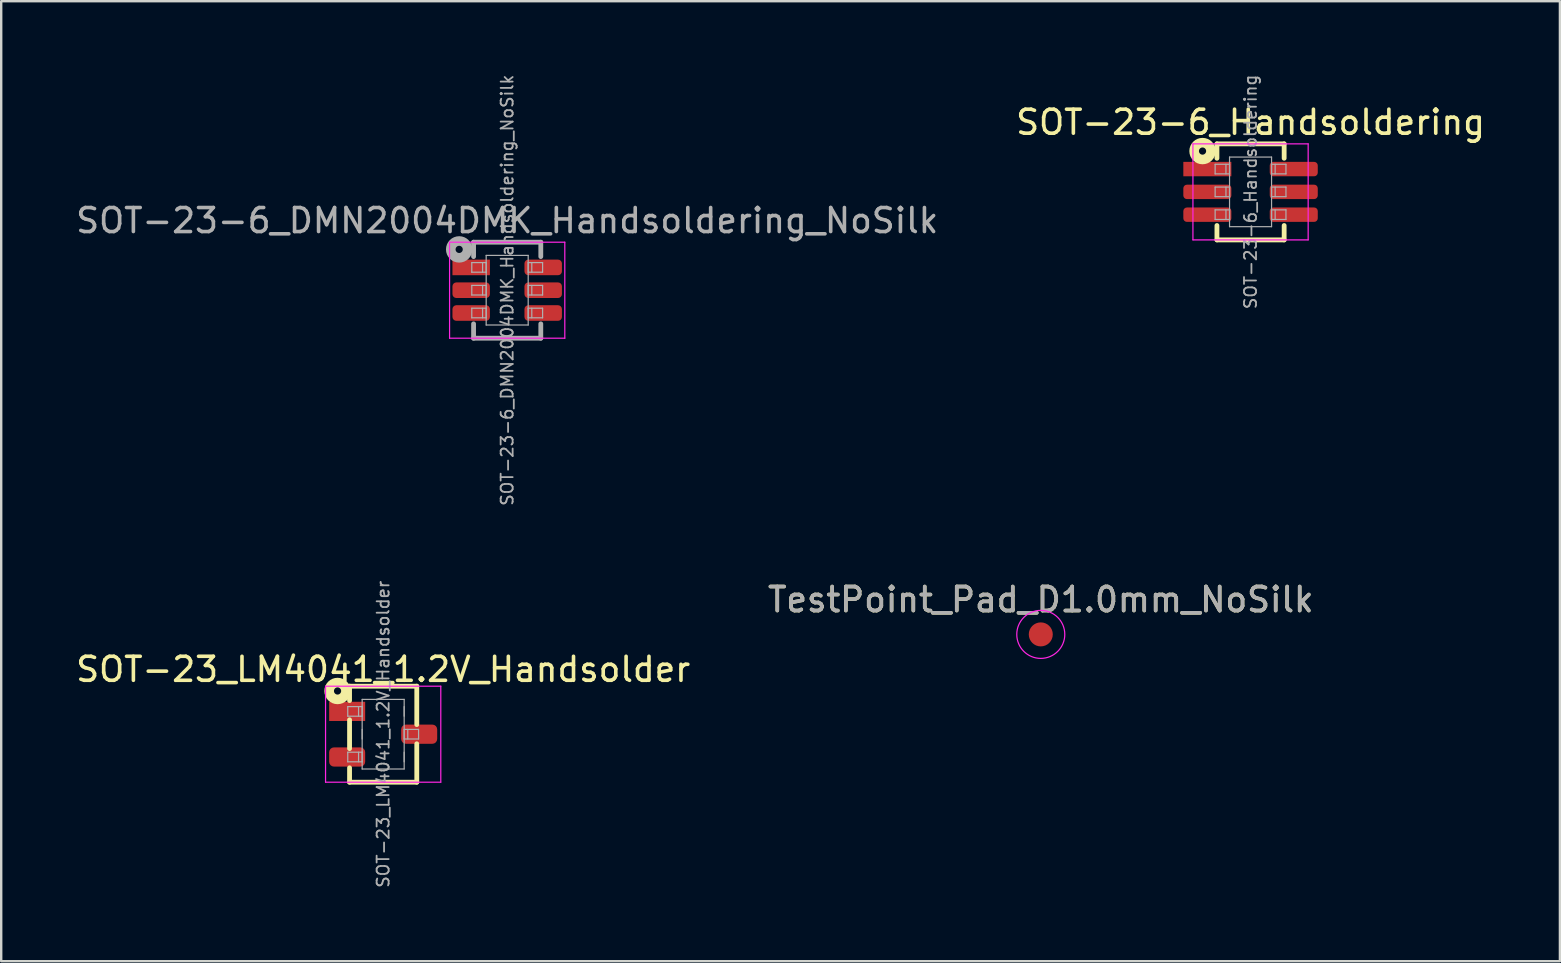
<source format=kicad_pcb>
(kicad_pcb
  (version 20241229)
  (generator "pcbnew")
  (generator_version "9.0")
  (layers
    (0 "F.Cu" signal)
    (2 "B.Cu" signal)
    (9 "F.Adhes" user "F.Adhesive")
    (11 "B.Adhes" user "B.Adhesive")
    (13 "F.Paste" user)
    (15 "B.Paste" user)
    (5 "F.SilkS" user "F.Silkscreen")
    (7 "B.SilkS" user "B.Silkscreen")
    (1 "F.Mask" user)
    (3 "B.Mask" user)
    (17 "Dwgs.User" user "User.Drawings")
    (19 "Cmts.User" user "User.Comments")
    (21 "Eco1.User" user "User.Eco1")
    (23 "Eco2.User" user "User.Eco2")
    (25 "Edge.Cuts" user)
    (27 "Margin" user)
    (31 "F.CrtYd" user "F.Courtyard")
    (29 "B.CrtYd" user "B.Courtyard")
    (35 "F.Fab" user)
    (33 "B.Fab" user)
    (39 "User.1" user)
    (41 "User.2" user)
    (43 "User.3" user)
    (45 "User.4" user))
  (footprint "TestPoint_Pad_D1.0mm_NoSilk"
    (layer "F.Cu")
    (at 40.304 23.376)
    (property "Reference" "TestPoint_Pad_D1.0mm_NoSilk" (at 0 -1.448 0) (layer "F.SilkS") (effects (font (size 1 1) (thickness 0.15))))
    (attr exclude_from_pos_files exclude_from_bom)
    (fp_circle (center 0 0) (end 1 0) (stroke (width 0.05) (type solid)) (fill no) (layer "F.CrtYd"))
    (fp_text user "${REFERENCE}" (at 0 -1.45 0) (layer "F.Fab") (effects (font (size 1 1) (thickness 0.15))))
    (pad "1" smd circle (at 0 0) (size 1 1) (layers "F.Cu" "F.Mask")))
  (footprint "SOT-23_LM4041_1.2V_Handsolder"
    (layer "F.Cu")
    (at 12.911 27.533)
    (property "Reference" "SOT-23_LM4041_1.2V_Handsolder" (at 0 -2.7 0) (layer "F.SilkS") (effects (font (size 1 1) (thickness 0.15))))
    (attr smd)
    (fp_line (start -1.4 -2) (end -1.4 -1.4) (stroke (width 0.2) (type solid)) (layer "F.SilkS"))
    (fp_line (start -1.4 0.6) (end -1.4 -0.6) (stroke (width 0.2) (type solid)) (layer "F.SilkS"))
    (fp_line (start -1.4 2) (end -1.4 1.4) (stroke (width 0.2) (type solid)) (layer "F.SilkS"))
    (fp_line (start 1.4 -2) (end -1.4 -2) (stroke (width 0.2) (type solid)) (layer "F.SilkS"))
    (fp_line (start 1.4 -2) (end 1.4 -0.4) (stroke (width 0.2) (type solid)) (layer "F.SilkS"))
    (fp_line (start 1.4 0.4) (end 1.4 2) (stroke (width 0.2) (type solid)) (layer "F.SilkS"))
    (fp_line (start 1.4 2) (end -1.4 2) (stroke (width 0.2) (type solid)) (layer "F.SilkS"))
    (fp_circle (center -1.9 -1.8) (end -1.75 -1.8) (stroke (width 0.4) (type solid)) (fill no) (layer "F.SilkS"))
    (fp_line (start -0.8 1) (end -0.5 1) (stroke (width 0.05) (type solid)) (layer "Eco1.User"))
    (fp_line (start -0.7 0.2) (end -0.4 -0.4) (stroke (width 0.05) (type solid)) (layer "Eco1.User"))
    (fp_line (start -0.6 -0.4) (end -0.7 -0.3) (stroke (width 0.05) (type solid)) (layer "Eco1.User"))
    (fp_line (start -0.5 1) (end -0.4 1) (stroke (width 0.05) (type solid)) (layer "Eco1.User"))
    (fp_line (start -0.4 -1) (end -0.8 -1) (stroke (width 0.05) (type solid)) (layer "Eco1.User"))
    (fp_line (start -0.4 -0.4) (end -0.4 -1) (stroke (width 0.05) (type solid)) (layer "Eco1.User"))
    (fp_line (start -0.4 -0.4) (end -0.1 0.2) (stroke (width 0.05) (type solid)) (layer "Eco1.User"))
    (fp_line (start -0.4 0.2) (end -0.7 0.2) (stroke (width 0.05) (type solid)) (layer "Eco1.User"))
    (fp_line (start -0.4 1) (end -0.4 0.2) (stroke (width 0.05) (type solid)) (layer "Eco1.User"))
    (fp_line (start -0.2 -0.4) (end -0.6 -0.4) (stroke (width 0.05) (type solid)) (layer "Eco1.User"))
    (fp_line (start -0.2 -0.4) (end -0.1 -0.5) (stroke (width 0.05) (type solid)) (layer "Eco1.User"))
    (fp_line (start -0.1 0.2) (end -0.4 0.2) (stroke (width 0.05) (type solid)) (layer "Eco1.User"))
    (fp_line (start -2.4 -2) (end 2.4 -2) (stroke (width 0.05) (type solid)) (layer "F.CrtYd"))
    (fp_line (start -2.4 2) (end -2.4 -2) (stroke (width 0.05) (type solid)) (layer "F.CrtYd"))
    (fp_line (start 2.4 -2) (end 2.4 2) (stroke (width 0.05) (type solid)) (layer "F.CrtYd"))
    (fp_line (start 2.4 2) (end -2.4 2) (stroke (width 0.05) (type solid)) (layer "F.CrtYd"))
    (fp_line (start -1.475 0.75) (end -0.875 0.75) (stroke (width 0.05) (type solid)) (layer "F.Fab"))
    (fp_line (start -1.475 1.15) (end -1.475 0.75) (stroke (width 0.05) (type solid)) (layer "F.Fab"))
    (fp_line (start -1.475 -1.15) (end -0.875 -1.15) (stroke (width 0.05) (type solid)) (layer "F.Fab"))
    (fp_line (start -1.475 -0.75) (end -1.475 -1.15) (stroke (width 0.05) (type solid)) (layer "F.Fab"))
    (fp_line (start -1.025 -1.15) (end -1.025 -0.75) (stroke (width 0.05) (type solid)) (layer "F.Fab"))
    (fp_line (start -1.025 0.75) (end -1.025 1.15) (stroke (width 0.05) (type solid)) (layer "F.Fab"))
    (fp_line (start -0.875 -1.45) (end -0.875 1.45) (stroke (width 0.05) (type solid)) (layer "F.Fab"))
    (fp_line (start -0.875 -1.15) (end -0.875 -0.75) (stroke (width 0.05) (type solid)) (layer "F.Fab"))
    (fp_line (start -0.875 -0.75) (end -1.475 -0.75) (stroke (width 0.05) (type solid)) (layer "F.Fab"))
    (fp_line (start -0.875 -0.2) (end -0.875 0.2) (stroke (width 0.05) (type solid)) (layer "F.Fab"))
    (fp_line (start -0.875 0.75) (end -0.875 1.15) (stroke (width 0.05) (type solid)) (layer "F.Fab"))
    (fp_line (start -0.875 1.15) (end -1.475 1.15) (stroke (width 0.05) (type solid)) (layer "F.Fab"))
    (fp_line (start -0.875 1.45) (end 0.875 1.45) (stroke (width 0.05) (type solid)) (layer "F.Fab"))
    (fp_line (start 0.875 -1.45) (end -0.875 -1.45) (stroke (width 0.05) (type solid)) (layer "F.Fab"))
    (fp_line (start 0.875 -1.15) (end 0.875 -0.75) (stroke (width 0.05) (type solid)) (layer "F.Fab"))
    (fp_line (start 0.875 -0.2) (end 0.875 0.2) (stroke (width 0.05) (type solid)) (layer "F.Fab"))
    (fp_line (start 0.875 0.2) (end 1.475 0.2) (stroke (width 0.05) (type solid)) (layer "F.Fab"))
    (fp_line (start 0.875 0.75) (end 0.875 1.15) (stroke (width 0.05) (type solid)) (layer "F.Fab"))
    (fp_line (start 0.875 1.45) (end 0.875 -1.45) (stroke (width 0.05) (type solid)) (layer "F.Fab"))
    (fp_line (start 1.025 -0.2) (end 1.025 0.2) (stroke (width 0.05) (type solid)) (layer "F.Fab"))
    (fp_line (start 1.475 -0.2) (end 0.875 -0.2) (stroke (width 0.05) (type solid)) (layer "F.Fab"))
    (fp_line (start 1.475 0.2) (end 1.475 -0.2) (stroke (width 0.05) (type solid)) (layer "F.Fab"))
    (fp_text user "${REFERENCE}" (at 0 0 90) (layer "F.Fab") (effects (font (size 0.5 0.5) (thickness 0.075))))
    (pad "1" smd rect (at -1.5 -0.95) (size 1.5 0.8) (layers "F.Cu" "F.Mask" "F.Paste"))
    (pad "2" smd roundrect (at -1.5 0.95) (size 1.5 0.8) (layers "F.Cu" "F.Mask" "F.Paste") (roundrect_rratio 0.25))
    (pad "3" smd roundrect (at 1.5 0) (size 1.5 0.8) (layers "F.Cu" "F.Mask" "F.Paste") (roundrect_rratio 0.25)))
  (footprint "SOT-23-6_Handsoldering"
    (layer "F.Cu")
    (at 49.042 4.943)
    (property "Reference" "SOT-23-6_Handsoldering" (at 0 -2.9 0) (layer "F.SilkS") (effects (font (size 1 1) (thickness 0.15))))
    (attr smd)
    (fp_line (start -1.4 -2) (end -1.4 -1.4) (stroke (width 0.2) (type solid)) (layer "F.SilkS"))
    (fp_line (start -1.4 2) (end -1.4 1.4) (stroke (width 0.2) (type solid)) (layer "F.SilkS"))
    (fp_line (start 1.4 -2) (end -1.4 -2) (stroke (width 0.2) (type solid)) (layer "F.SilkS"))
    (fp_line (start 1.4 -2) (end 1.4 -1.4) (stroke (width 0.2) (type solid)) (layer "F.SilkS"))
    (fp_line (start 1.4 1.4) (end 1.4 2) (stroke (width 0.2) (type solid)) (layer "F.SilkS"))
    (fp_line (start 1.4 2) (end -1.4 2) (stroke (width 0.2) (type solid)) (layer "F.SilkS"))
    (fp_circle (center -2 -1.7) (end -1.85 -1.7) (stroke (width 0.4) (type solid)) (fill no) (layer "F.SilkS"))
    (fp_line (start -2.4 -2) (end 2.4 -2) (stroke (width 0.05) (type solid)) (layer "F.CrtYd"))
    (fp_line (start -2.4 2) (end -2.4 -2) (stroke (width 0.05) (type solid)) (layer "F.CrtYd"))
    (fp_line (start 2.4 -2) (end 2.4 2) (stroke (width 0.05) (type solid)) (layer "F.CrtYd"))
    (fp_line (start 2.4 2) (end -2.4 2) (stroke (width 0.05) (type solid)) (layer "F.CrtYd"))
    (fp_line (start -1.475 -0.2) (end -0.875 -0.2) (stroke (width 0.05) (type solid)) (layer "F.Fab"))
    (fp_line (start -1.475 0.2) (end -1.475 -0.2) (stroke (width 0.05) (type solid)) (layer "F.Fab"))
    (fp_line (start -1.475 0.75) (end -0.875 0.75) (stroke (width 0.05) (type solid)) (layer "F.Fab"))
    (fp_line (start -1.475 1.15) (end -1.475 0.75) (stroke (width 0.05) (type solid)) (layer "F.Fab"))
    (fp_line (start -1.475 -1.15) (end -0.875 -1.15) (stroke (width 0.05) (type solid)) (layer "F.Fab"))
    (fp_line (start -1.475 -0.75) (end -1.475 -1.15) (stroke (width 0.05) (type solid)) (layer "F.Fab"))
    (fp_line (start -1.025 -1.15) (end -1.025 -0.75) (stroke (width 0.05) (type solid)) (layer "F.Fab"))
    (fp_line (start -1.025 -0.2) (end -1.025 0.2) (stroke (width 0.05) (type solid)) (layer "F.Fab"))
    (fp_line (start -1.025 0.75) (end -1.025 1.15) (stroke (width 0.05) (type solid)) (layer "F.Fab"))
    (fp_line (start -0.875 -1.45) (end -0.875 1.45) (stroke (width 0.05) (type solid)) (layer "F.Fab"))
    (fp_line (start -0.875 -1.15) (end -0.875 -0.75) (stroke (width 0.05) (type solid)) (layer "F.Fab"))
    (fp_line (start -0.875 -0.75) (end -1.475 -0.75) (stroke (width 0.05) (type solid)) (layer "F.Fab"))
    (fp_line (start -0.875 -0.2) (end -0.875 0.2) (stroke (width 0.05) (type solid)) (layer "F.Fab"))
    (fp_line (start -0.875 0.2) (end -1.475 0.2) (stroke (width 0.05) (type solid)) (layer "F.Fab"))
    (fp_line (start -0.875 0.75) (end -0.875 1.15) (stroke (width 0.05) (type solid)) (layer "F.Fab"))
    (fp_line (start -0.875 1.15) (end -1.475 1.15) (stroke (width 0.05) (type solid)) (layer "F.Fab"))
    (fp_line (start -0.875 1.45) (end 0.875 1.45) (stroke (width 0.05) (type solid)) (layer "F.Fab"))
    (fp_line (start 0.875 -1.45) (end -0.875 -1.45) (stroke (width 0.05) (type solid)) (layer "F.Fab"))
    (fp_line (start 0.875 -1.15) (end 0.875 -0.75) (stroke (width 0.05) (type solid)) (layer "F.Fab"))
    (fp_line (start 0.875 -0.75) (end 1.475 -0.75) (stroke (width 0.05) (type solid)) (layer "F.Fab"))
    (fp_line (start 0.875 -0.2) (end 0.875 0.2) (stroke (width 0.05) (type solid)) (layer "F.Fab"))
    (fp_line (start 0.875 0.2) (end 1.475 0.2) (stroke (width 0.05) (type solid)) (layer "F.Fab"))
    (fp_line (start 0.875 0.75) (end 0.875 1.15) (stroke (width 0.05) (type solid)) (layer "F.Fab"))
    (fp_line (start 0.875 1.15) (end 1.475 1.15) (stroke (width 0.05) (type solid)) (layer "F.Fab"))
    (fp_line (start 0.875 1.45) (end 0.875 -1.45) (stroke (width 0.05) (type solid)) (layer "F.Fab"))
    (fp_line (start 1.025 -1.15) (end 1.025 -0.75) (stroke (width 0.05) (type solid)) (layer "F.Fab"))
    (fp_line (start 1.025 -0.2) (end 1.025 0.2) (stroke (width 0.05) (type solid)) (layer "F.Fab"))
    (fp_line (start 1.025 0.75) (end 1.025 1.15) (stroke (width 0.05) (type solid)) (layer "F.Fab"))
    (fp_line (start 1.475 -1.15) (end 0.875 -1.15) (stroke (width 0.05) (type solid)) (layer "F.Fab"))
    (fp_line (start 1.475 -0.75) (end 1.475 -1.15) (stroke (width 0.05) (type solid)) (layer "F.Fab"))
    (fp_line (start 1.475 -0.2) (end 0.875 -0.2) (stroke (width 0.05) (type solid)) (layer "F.Fab"))
    (fp_line (start 1.475 0.2) (end 1.475 -0.2) (stroke (width 0.05) (type solid)) (layer "F.Fab"))
    (fp_line (start 1.475 0.75) (end 0.875 0.75) (stroke (width 0.05) (type solid)) (layer "F.Fab"))
    (fp_line (start 1.475 1.15) (end 1.475 0.75) (stroke (width 0.05) (type solid)) (layer "F.Fab"))
    (fp_text user "${REFERENCE}" (at 0 0 90) (layer "F.Fab") (effects (font (size 0.5 0.5) (thickness 0.075))))
    (pad "1" smd rect (at -1.8 -0.95) (size 2 0.6) (layers "F.Cu" "F.Mask" "F.Paste"))
    (pad "2" smd roundrect (at -1.8 0) (size 2 0.6) (layers "F.Cu" "F.Mask" "F.Paste") (roundrect_rratio 0.25))
    (pad "3" smd roundrect (at -1.8 0.95) (size 2 0.6) (layers "F.Cu" "F.Mask" "F.Paste") (roundrect_rratio 0.25))
    (pad "4" smd roundrect (at 1.8 0.95) (size 2 0.6) (layers "F.Cu" "F.Mask" "F.Paste") (roundrect_rratio 0.25))
    (pad "5" smd roundrect (at 1.8 0) (size 2 0.6) (layers "F.Cu" "F.Mask" "F.Paste") (roundrect_rratio 0.25))
    (pad "6" smd roundrect (at 1.8 -0.95) (size 2 0.6) (layers "F.Cu" "F.Mask" "F.Paste") (roundrect_rratio 0.25)))
  (footprint "SOT-23-6_DMN2004DMK_Handsoldering_NoSilk"
    (layer "F.Cu")
    (at 18.077 9.039)
    (property "Reference" "SOT-23-6_DMN2004DMK_Handsoldering_NoSilk" (at 0 -2.9 0) (layer "F.Fab") (effects (font (size 1 1) (thickness 0.15))))
    (attr smd)
    (fp_line (start -0.8 -0.95) (end -0.35 -0.95) (stroke (width 0.05) (type solid)) (layer "Eco1.User"))
    (fp_line (start -0.4 -0.75) (end -0.3 -0.75) (stroke (width 0.05) (type solid)) (layer "Eco1.User"))
    (fp_line (start -0.35 -0.95) (end -0.35 -0.65) (stroke (width 0.05) (type solid)) (layer "Eco1.User"))
    (fp_line (start -0.35 -0.85) (end -0.4 -0.75) (stroke (width 0.05) (type solid)) (layer "Eco1.User"))
    (fp_line (start -0.35 -0.65) (end 0.3 -0.65) (stroke (width 0.05) (type solid)) (layer "Eco1.User"))
    (fp_line (start -0.3 -0.75) (end -0.35 -0.85) (stroke (width 0.05) (type solid)) (layer "Eco1.User"))
    (fp_line (start -0.3 0.65) (end -0.3 0.95) (stroke (width 0.05) (type solid)) (layer "Eco1.User"))
    (fp_line (start -0.3 0.95) (end -0.8 0.95) (stroke (width 0.05) (type solid)) (layer "Eco1.User"))
    (fp_line (start -0.25 -0.25) (end -0.25 0) (stroke (width 0.05) (type solid)) (layer "Eco1.User"))
    (fp_line (start -0.25 0) (end -0.8 0) (stroke (width 0.05) (type solid)) (layer "Eco1.User"))
    (fp_line (start -0.15 -0.45) (end 0.15 -0.45) (stroke (width 0.05) (type solid)) (layer "Eco1.User"))
    (fp_line (start 0 -0.45) (end 0 -0.25) (stroke (width 0.05) (type solid)) (layer "Eco1.User"))
    (fp_line (start 0 -0.25) (end -0.25 -0.25) (stroke (width 0.05) (type solid)) (layer "Eco1.User"))
    (fp_line (start 0 0.25) (end 0.25 0.25) (stroke (width 0.05) (type solid)) (layer "Eco1.User"))
    (fp_line (start 0 0.45) (end 0 0.25) (stroke (width 0.05) (type solid)) (layer "Eco1.User"))
    (fp_line (start 0.15 0.45) (end -0.15 0.45) (stroke (width 0.05) (type solid)) (layer "Eco1.User"))
    (fp_line (start 0.25 0) (end 0.8 0) (stroke (width 0.05) (type solid)) (layer "Eco1.User"))
    (fp_line (start 0.25 0.25) (end 0.25 0) (stroke (width 0.05) (type solid)) (layer "Eco1.User"))
    (fp_line (start 0.3 -0.95) (end 0.8 -0.95) (stroke (width 0.05) (type solid)) (layer "Eco1.User"))
    (fp_line (start 0.3 -0.65) (end 0.3 -0.95) (stroke (width 0.05) (type solid)) (layer "Eco1.User"))
    (fp_line (start 0.3 0.75) (end 0.35 0.85) (stroke (width 0.05) (type solid)) (layer "Eco1.User"))
    (fp_line (start 0.35 0.65) (end -0.3 0.65) (stroke (width 0.05) (type solid)) (layer "Eco1.User"))
    (fp_line (start 0.35 0.85) (end 0.4 0.75) (stroke (width 0.05) (type solid)) (layer "Eco1.User"))
    (fp_line (start 0.35 0.95) (end 0.35 0.65) (stroke (width 0.05) (type solid)) (layer "Eco1.User"))
    (fp_line (start 0.4 0.75) (end 0.3 0.75) (stroke (width 0.05) (type solid)) (layer "Eco1.User"))
    (fp_line (start 0.8 0.95) (end 0.35 0.95) (stroke (width 0.05) (type solid)) (layer "Eco1.User"))
    (fp_line (start -2.4 -2) (end 2.4 -2) (stroke (width 0.05) (type solid)) (layer "F.CrtYd"))
    (fp_line (start -2.4 2) (end -2.4 -2) (stroke (width 0.05) (type solid)) (layer "F.CrtYd"))
    (fp_line (start 2.4 -2) (end 2.4 2) (stroke (width 0.05) (type solid)) (layer "F.CrtYd"))
    (fp_line (start 2.4 2) (end -2.4 2) (stroke (width 0.05) (type solid)) (layer "F.CrtYd"))
    (fp_line (start -1.475 -0.2) (end -0.875 -0.2) (stroke (width 0.05) (type solid)) (layer "F.Fab"))
    (fp_line (start -1.475 0.2) (end -1.475 -0.2) (stroke (width 0.05) (type solid)) (layer "F.Fab"))
    (fp_line (start -1.475 0.75) (end -0.875 0.75) (stroke (width 0.05) (type solid)) (layer "F.Fab"))
    (fp_line (start -1.475 1.15) (end -1.475 0.75) (stroke (width 0.05) (type solid)) (layer "F.Fab"))
    (fp_line (start -1.475 -1.15) (end -0.875 -1.15) (stroke (width 0.05) (type solid)) (layer "F.Fab"))
    (fp_line (start -1.475 -0.75) (end -1.475 -1.15) (stroke (width 0.05) (type solid)) (layer "F.Fab"))
    (fp_line (start -1.4 -2) (end -1.4 -1.4) (stroke (width 0.2) (type solid)) (layer "F.Fab"))
    (fp_line (start -1.4 2) (end -1.4 1.4) (stroke (width 0.2) (type solid)) (layer "F.Fab"))
    (fp_line (start -1.025 -1.15) (end -1.025 -0.75) (stroke (width 0.05) (type solid)) (layer "F.Fab"))
    (fp_line (start -1.025 -0.2) (end -1.025 0.2) (stroke (width 0.05) (type solid)) (layer "F.Fab"))
    (fp_line (start -1.025 0.75) (end -1.025 1.15) (stroke (width 0.05) (type solid)) (layer "F.Fab"))
    (fp_line (start -0.875 -1.45) (end -0.875 1.45) (stroke (width 0.05) (type solid)) (layer "F.Fab"))
    (fp_line (start -0.875 -1.15) (end -0.875 -0.75) (stroke (width 0.05) (type solid)) (layer "F.Fab"))
    (fp_line (start -0.875 -0.75) (end -1.475 -0.75) (stroke (width 0.05) (type solid)) (layer "F.Fab"))
    (fp_line (start -0.875 -0.2) (end -0.875 0.2) (stroke (width 0.05) (type solid)) (layer "F.Fab"))
    (fp_line (start -0.875 0.2) (end -1.475 0.2) (stroke (width 0.05) (type solid)) (layer "F.Fab"))
    (fp_line (start -0.875 0.75) (end -0.875 1.15) (stroke (width 0.05) (type solid)) (layer "F.Fab"))
    (fp_line (start -0.875 1.15) (end -1.475 1.15) (stroke (width 0.05) (type solid)) (layer "F.Fab"))
    (fp_line (start -0.875 1.45) (end 0.875 1.45) (stroke (width 0.05) (type solid)) (layer "F.Fab"))
    (fp_line (start 0.875 -1.45) (end -0.875 -1.45) (stroke (width 0.05) (type solid)) (layer "F.Fab"))
    (fp_line (start 0.875 -1.15) (end 0.875 -0.75) (stroke (width 0.05) (type solid)) (layer "F.Fab"))
    (fp_line (start 0.875 -0.75) (end 1.475 -0.75) (stroke (width 0.05) (type solid)) (layer "F.Fab"))
    (fp_line (start 0.875 -0.2) (end 0.875 0.2) (stroke (width 0.05) (type solid)) (layer "F.Fab"))
    (fp_line (start 0.875 0.2) (end 1.475 0.2) (stroke (width 0.05) (type solid)) (layer "F.Fab"))
    (fp_line (start 0.875 0.75) (end 0.875 1.15) (stroke (width 0.05) (type solid)) (layer "F.Fab"))
    (fp_line (start 0.875 1.15) (end 1.475 1.15) (stroke (width 0.05) (type solid)) (layer "F.Fab"))
    (fp_line (start 0.875 1.45) (end 0.875 -1.45) (stroke (width 0.05) (type solid)) (layer "F.Fab"))
    (fp_line (start 1.025 -1.15) (end 1.025 -0.75) (stroke (width 0.05) (type solid)) (layer "F.Fab"))
    (fp_line (start 1.025 -0.2) (end 1.025 0.2) (stroke (width 0.05) (type solid)) (layer "F.Fab"))
    (fp_line (start 1.025 0.75) (end 1.025 1.15) (stroke (width 0.05) (type solid)) (layer "F.Fab"))
    (fp_line (start 1.4 -2) (end -1.4 -2) (stroke (width 0.2) (type solid)) (layer "F.Fab"))
    (fp_line (start 1.4 -2) (end 1.4 -1.4) (stroke (width 0.2) (type solid)) (layer "F.Fab"))
    (fp_line (start 1.4 1.4) (end 1.4 2) (stroke (width 0.2) (type solid)) (layer "F.Fab"))
    (fp_line (start 1.4 2) (end -1.4 2) (stroke (width 0.2) (type solid)) (layer "F.Fab"))
    (fp_line (start 1.475 -1.15) (end 0.875 -1.15) (stroke (width 0.05) (type solid)) (layer "F.Fab"))
    (fp_line (start 1.475 -0.75) (end 1.475 -1.15) (stroke (width 0.05) (type solid)) (layer "F.Fab"))
    (fp_line (start 1.475 -0.2) (end 0.875 -0.2) (stroke (width 0.05) (type solid)) (layer "F.Fab"))
    (fp_line (start 1.475 0.2) (end 1.475 -0.2) (stroke (width 0.05) (type solid)) (layer "F.Fab"))
    (fp_line (start 1.475 0.75) (end 0.875 0.75) (stroke (width 0.05) (type solid)) (layer "F.Fab"))
    (fp_line (start 1.475 1.15) (end 1.475 0.75) (stroke (width 0.05) (type solid)) (layer "F.Fab"))
    (fp_circle (center -2 -1.7) (end -1.85 -1.7) (stroke (width 0.4) (type solid)) (fill no) (layer "F.Fab"))
    (fp_text user "${REFERENCE}" (at 0 0 90) (layer "F.Fab") (effects (font (size 0.5 0.5) (thickness 0.075))))
    (pad "D1" smd roundrect (at -1.5 0.95) (size 1.56 0.65) (layers "F.Cu" "F.Mask" "F.Paste") (roundrect_rratio 0.25))
    (pad "D2" smd roundrect (at 1.5 -0.95) (size 1.56 0.65) (layers "F.Cu" "F.Mask" "F.Paste") (roundrect_rratio 0.25))
    (pad "G1" smd roundrect (at 1.5 0) (size 1.56 0.65) (layers "F.Cu" "F.Mask" "F.Paste") (roundrect_rratio 0.25))
    (pad "G2" smd roundrect (at -1.5 0) (size 1.56 0.65) (layers "F.Cu" "F.Mask" "F.Paste") (roundrect_rratio 0.25))
    (pad "S1" smd roundrect (at 1.5 0.95) (size 1.56 0.65) (layers "F.Cu" "F.Mask" "F.Paste") (roundrect_rratio 0.25))
    (pad "S2" smd rect (at -1.5 -0.95) (size 1.56 0.65) (layers "F.Cu" "F.Mask" "F.Paste")))
  (gr_rect
    (start -3 -3)
    (end 61.929 36.988)
    (stroke (width 0.1) (type default))
    (fill no)
    (layer "Edge.Cuts")))
</source>
